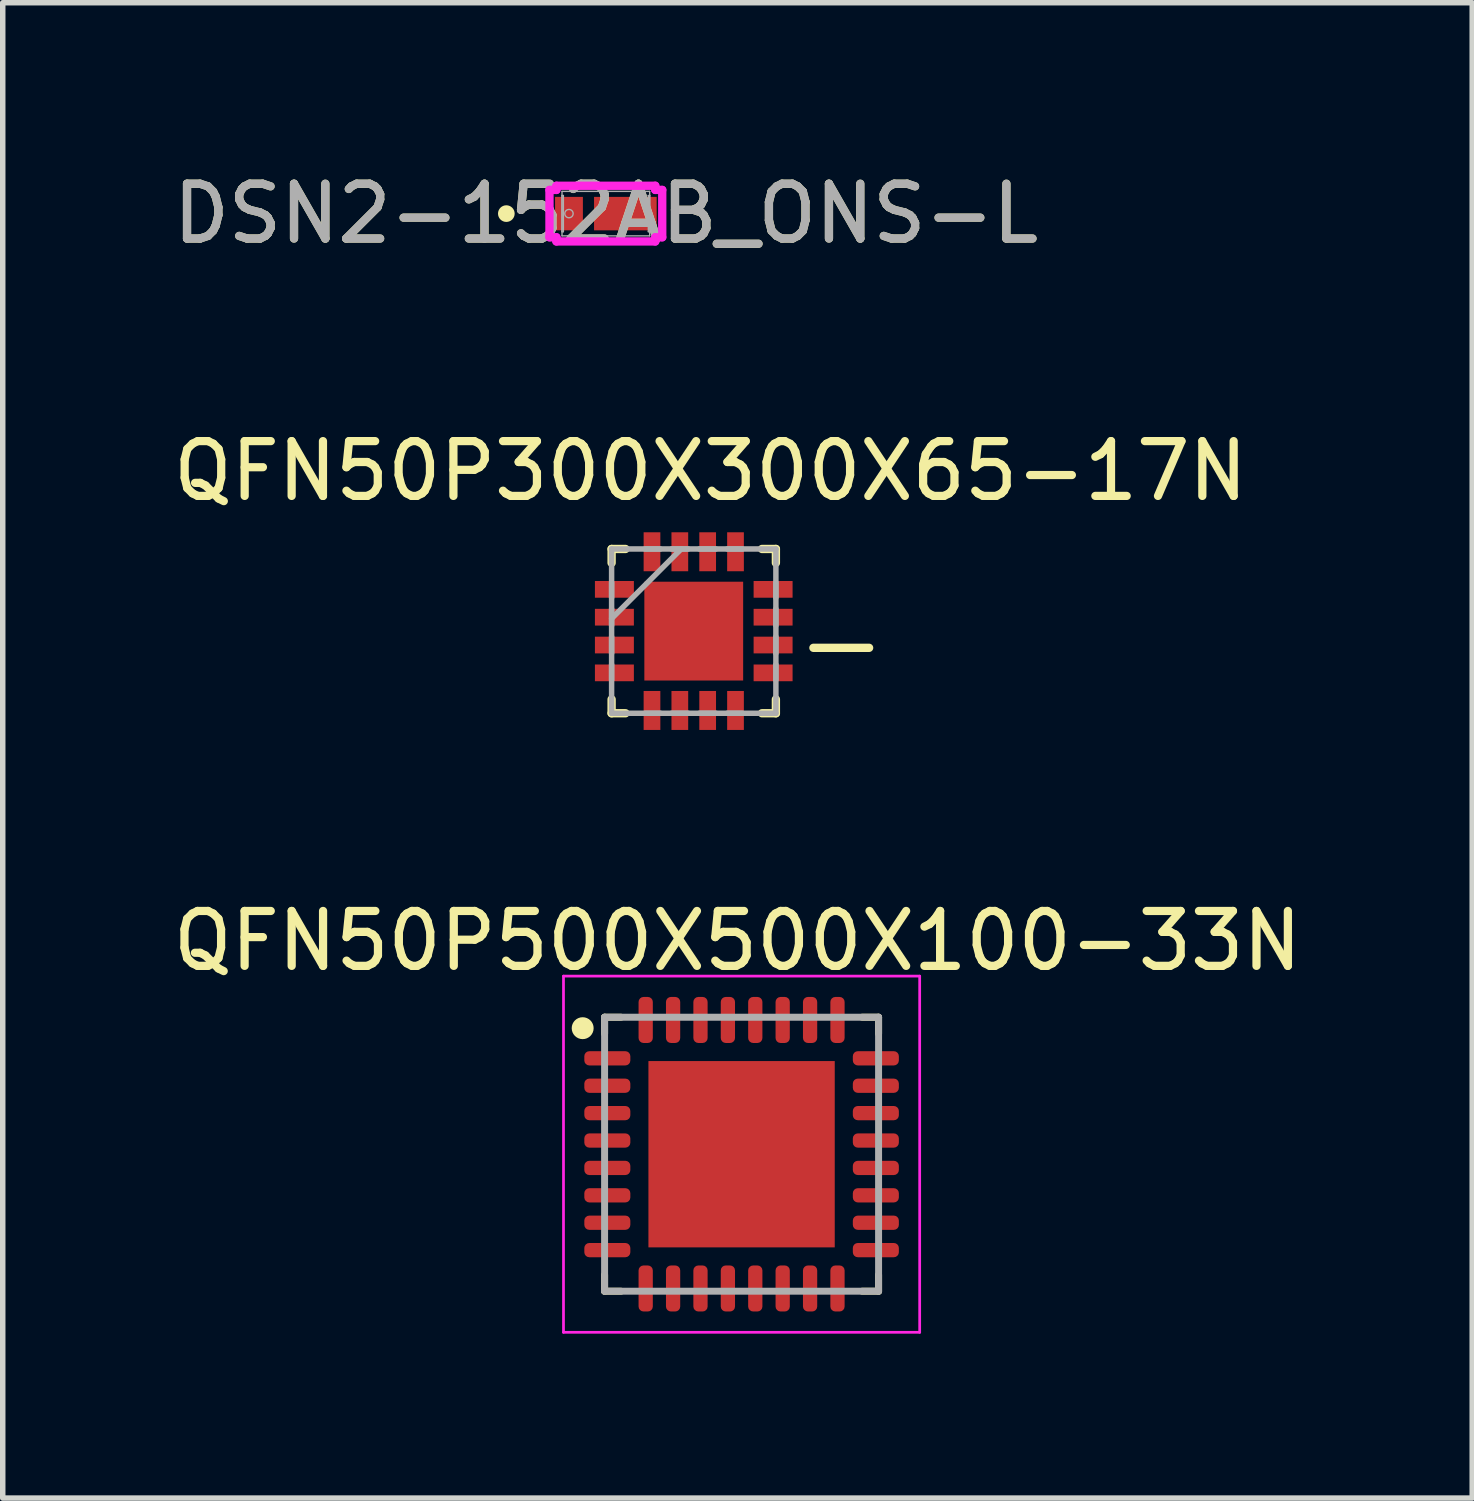
<source format=kicad_pcb>
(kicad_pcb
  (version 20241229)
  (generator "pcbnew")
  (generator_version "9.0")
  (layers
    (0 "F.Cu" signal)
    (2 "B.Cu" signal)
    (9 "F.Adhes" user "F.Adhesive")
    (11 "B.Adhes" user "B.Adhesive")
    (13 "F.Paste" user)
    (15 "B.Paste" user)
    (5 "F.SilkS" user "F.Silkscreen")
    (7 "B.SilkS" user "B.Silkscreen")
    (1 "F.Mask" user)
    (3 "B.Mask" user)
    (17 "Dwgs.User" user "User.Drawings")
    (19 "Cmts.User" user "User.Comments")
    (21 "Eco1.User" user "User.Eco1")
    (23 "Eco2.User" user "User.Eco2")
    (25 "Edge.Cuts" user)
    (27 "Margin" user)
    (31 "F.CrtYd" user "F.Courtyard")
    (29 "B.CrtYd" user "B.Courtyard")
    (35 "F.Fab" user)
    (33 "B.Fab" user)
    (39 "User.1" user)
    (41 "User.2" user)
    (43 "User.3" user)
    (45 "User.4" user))
  (footprint "QFN50P300X300X65-17N"
    (layer "F.Cu")
    (at 9.61 8.467)
    (property "Reference" "QFN50P300X300X65-17N" (at 0.305 -2.922 0) (layer "F.SilkS") (effects (font (size 1 1) (thickness 0.15))))
    (attr smd)
    (fp_line (start -1.499 -1.499) (end -1.499 -1.245) (stroke (width 0.152) (type solid)) (layer "F.SilkS"))
    (fp_line (start -1.499 1.245) (end -1.499 1.499) (stroke (width 0.152) (type solid)) (layer "F.SilkS"))
    (fp_line (start -1.499 1.499) (end -1.245 1.499) (stroke (width 0.152) (type solid)) (layer "F.SilkS"))
    (fp_line (start -1.245 -1.499) (end -1.499 -1.499) (stroke (width 0.152) (type solid)) (layer "F.SilkS"))
    (fp_line (start 1.245 1.499) (end 1.499 1.499) (stroke (width 0.152) (type solid)) (layer "F.SilkS"))
    (fp_line (start 1.499 -1.499) (end 1.245 -1.499) (stroke (width 0.152) (type solid)) (layer "F.SilkS"))
    (fp_line (start 1.499 -1.245) (end 1.499 -1.499) (stroke (width 0.152) (type solid)) (layer "F.SilkS"))
    (fp_line (start 1.499 1.499) (end 1.499 1.245) (stroke (width 0.152) (type solid)) (layer "F.SilkS"))
    (fp_line (start 2.184 0.305) (end 3.2 0.305) (stroke (width 0.152) (type solid)) (layer "F.SilkS"))
    (fp_line (start -1.499 -1.499) (end -1.499 1.499) (stroke (width 0.1) (type solid)) (layer "F.Fab"))
    (fp_line (start -1.499 -0.889) (end -1.499 -0.61) (stroke (width 0.1) (type solid)) (layer "F.Fab"))
    (fp_line (start -1.499 -0.406) (end -1.499 -0.102) (stroke (width 0.1) (type solid)) (layer "F.Fab"))
    (fp_line (start -1.499 -0.229) (end -0.229 -1.499) (stroke (width 0.1) (type solid)) (layer "F.Fab"))
    (fp_line (start -1.499 0.102) (end -1.499 0.406) (stroke (width 0.1) (type solid)) (layer "F.Fab"))
    (fp_line (start -1.499 0.61) (end -1.499 0.889) (stroke (width 0.1) (type solid)) (layer "F.Fab"))
    (fp_line (start -1.499 1.499) (end 1.499 1.499) (stroke (width 0.1) (type solid)) (layer "F.Fab"))
    (fp_line (start -0.889 1.499) (end -0.61 1.499) (stroke (width 0.1) (type solid)) (layer "F.Fab"))
    (fp_line (start -0.61 -1.499) (end -0.889 -1.499) (stroke (width 0.1) (type solid)) (layer "F.Fab"))
    (fp_line (start -0.406 1.499) (end -0.102 1.499) (stroke (width 0.1) (type solid)) (layer "F.Fab"))
    (fp_line (start -0.102 -1.499) (end -0.406 -1.499) (stroke (width 0.1) (type solid)) (layer "F.Fab"))
    (fp_line (start 0.102 1.499) (end 0.406 1.499) (stroke (width 0.1) (type solid)) (layer "F.Fab"))
    (fp_line (start 0.406 -1.499) (end 0.102 -1.499) (stroke (width 0.1) (type solid)) (layer "F.Fab"))
    (fp_line (start 0.61 1.499) (end 0.889 1.499) (stroke (width 0.1) (type solid)) (layer "F.Fab"))
    (fp_line (start 0.889 -1.499) (end 0.61 -1.499) (stroke (width 0.1) (type solid)) (layer "F.Fab"))
    (fp_line (start 1.499 -1.499) (end -1.499 -1.499) (stroke (width 0.1) (type solid)) (layer "F.Fab"))
    (fp_line (start 1.499 -0.61) (end 1.499 -0.889) (stroke (width 0.1) (type solid)) (layer "F.Fab"))
    (fp_line (start 1.499 -0.102) (end 1.499 -0.406) (stroke (width 0.1) (type solid)) (layer "F.Fab"))
    (fp_line (start 1.499 0.406) (end 1.499 0.102) (stroke (width 0.1) (type solid)) (layer "F.Fab"))
    (fp_line (start 1.499 0.889) (end 1.499 0.61) (stroke (width 0.1) (type solid)) (layer "F.Fab"))
    (fp_line (start 1.499 1.499) (end 1.499 -1.499) (stroke (width 0.1) (type solid)) (layer "F.Fab"))
    (pad "1" smd rect (at -1.448 -0.762) (size 0.711 0.305) (layers "F.Cu" "F.Mask" "F.Paste"))
    (pad "2" smd rect (at -1.448 -0.254) (size 0.711 0.305) (layers "F.Cu" "F.Mask" "F.Paste"))
    (pad "3" smd rect (at -1.448 0.254) (size 0.711 0.305) (layers "F.Cu" "F.Mask" "F.Paste"))
    (pad "4" smd rect (at -1.448 0.762) (size 0.711 0.305) (layers "F.Cu" "F.Mask" "F.Paste"))
    (pad "5" smd rect (at -0.762 1.448) (size 0.305 0.711) (layers "F.Cu" "F.Mask" "F.Paste"))
    (pad "6" smd rect (at -0.254 1.448) (size 0.305 0.711) (layers "F.Cu" "F.Mask" "F.Paste"))
    (pad "7" smd rect (at 0.254 1.448) (size 0.305 0.711) (layers "F.Cu" "F.Mask" "F.Paste"))
    (pad "8" smd rect (at 0.762 1.448) (size 0.305 0.711) (layers "F.Cu" "F.Mask" "F.Paste"))
    (pad "9" smd rect (at 1.448 0.762) (size 0.711 0.305) (layers "F.Cu" "F.Mask" "F.Paste"))
    (pad "10" smd rect (at 1.448 0.254) (size 0.711 0.305) (layers "F.Cu" "F.Mask" "F.Paste"))
    (pad "11" smd rect (at 1.448 -0.254) (size 0.711 0.305) (layers "F.Cu" "F.Mask" "F.Paste"))
    (pad "12" smd rect (at 1.448 -0.762) (size 0.711 0.305) (layers "F.Cu" "F.Mask" "F.Paste"))
    (pad "13" smd rect (at 0.762 -1.448) (size 0.305 0.711) (layers "F.Cu" "F.Mask" "F.Paste"))
    (pad "14" smd rect (at 0.254 -1.448) (size 0.305 0.711) (layers "F.Cu" "F.Mask" "F.Paste"))
    (pad "15" smd rect (at -0.254 -1.448) (size 0.305 0.711) (layers "F.Cu" "F.Mask" "F.Paste"))
    (pad "16" smd rect (at -0.762 -1.448) (size 0.305 0.711) (layers "F.Cu" "F.Mask" "F.Paste"))
    (pad "17" smd rect (at 0 0) (size 1.803 1.803) (layers "F.Cu" "F.Mask" "F.Paste")))
  (footprint "DSN2-152AB_ONS-L"
    (layer "F.Cu")
    (at 8.006 0.848)
    (property "Reference" "DSN2-152AB_ONS-L" (at 0 0 0) (unlocked yes) (layer "F.SilkS") (effects (font (size 1 1) (thickness 0.15))))
    (attr smd)
    (fp_circle (center -1.816 0) (end -1.74 0) (stroke (width 0.152) (type solid)) (fill no) (layer "F.SilkS"))
    (fp_line (start -1.029 -0.432) (end -0.902 -0.432) (stroke (width 0.152) (type solid)) (layer "F.CrtYd"))
    (fp_line (start -1.029 0.432) (end -1.029 -0.432) (stroke (width 0.152) (type solid)) (layer "F.CrtYd"))
    (fp_line (start -0.902 -0.508) (end 0.902 -0.508) (stroke (width 0.152) (type solid)) (layer "F.CrtYd"))
    (fp_line (start -0.902 -0.432) (end -0.902 -0.508) (stroke (width 0.152) (type solid)) (layer "F.CrtYd"))
    (fp_line (start -0.902 0.432) (end -1.029 0.432) (stroke (width 0.152) (type solid)) (layer "F.CrtYd"))
    (fp_line (start -0.902 0.508) (end -0.902 0.432) (stroke (width 0.152) (type solid)) (layer "F.CrtYd"))
    (fp_line (start 0.902 -0.508) (end 0.902 -0.432) (stroke (width 0.152) (type solid)) (layer "F.CrtYd"))
    (fp_line (start 0.902 -0.432) (end 1.029 -0.432) (stroke (width 0.152) (type solid)) (layer "F.CrtYd"))
    (fp_line (start 0.902 0.432) (end 0.902 0.508) (stroke (width 0.152) (type solid)) (layer "F.CrtYd"))
    (fp_line (start 0.902 0.508) (end -0.902 0.508) (stroke (width 0.152) (type solid)) (layer "F.CrtYd"))
    (fp_line (start 1.029 -0.432) (end 1.029 0.432) (stroke (width 0.152) (type solid)) (layer "F.CrtYd"))
    (fp_line (start 1.029 0.432) (end 0.902 0.432) (stroke (width 0.152) (type solid)) (layer "F.CrtYd"))
    (fp_line (start -0.8 -0.406) (end -0.8 0.406) (stroke (width 0.025) (type solid)) (layer "F.Fab"))
    (fp_line (start -0.8 -0.33) (end -0.775 -0.33) (stroke (width 0.025) (type solid)) (layer "F.Fab"))
    (fp_line (start -0.8 0.33) (end -0.8 -0.33) (stroke (width 0.025) (type solid)) (layer "F.Fab"))
    (fp_line (start -0.8 0.406) (end 0.8 0.406) (stroke (width 0.025) (type solid)) (layer "F.Fab"))
    (fp_line (start -0.775 -0.33) (end -0.775 0.33) (stroke (width 0.025) (type solid)) (layer "F.Fab"))
    (fp_line (start -0.775 0.33) (end -0.8 0.33) (stroke (width 0.025) (type solid)) (layer "F.Fab"))
    (fp_line (start 0.775 -0.33) (end 0.8 -0.33) (stroke (width 0.025) (type solid)) (layer "F.Fab"))
    (fp_line (start 0.775 0.33) (end 0.775 -0.33) (stroke (width 0.025) (type solid)) (layer "F.Fab"))
    (fp_line (start 0.8 -0.406) (end -0.8 -0.406) (stroke (width 0.025) (type solid)) (layer "F.Fab"))
    (fp_line (start 0.8 -0.33) (end 0.8 0.33) (stroke (width 0.025) (type solid)) (layer "F.Fab"))
    (fp_line (start 0.8 0.33) (end 0.775 0.33) (stroke (width 0.025) (type solid)) (layer "F.Fab"))
    (fp_line (start 0.8 0.406) (end 0.8 -0.406) (stroke (width 0.025) (type solid)) (layer "F.Fab"))
    (fp_circle (center -0.673 0) (end -0.597 0) (stroke (width 0.025) (type solid)) (fill no) (layer "F.Fab"))
    (fp_text user "${REFERENCE}" (at 0 0 0) (unlocked yes) (layer "F.Fab") (effects (font (size 1 1) (thickness 0.15))))
    (pad "1" smd rect (at -0.673 0) (size 0.508 0.61) (layers "F.Cu" "F.Mask" "F.Paste"))
    (pad "2" smd rect (at 0.356 0) (size 1.143 0.61) (layers "F.Cu" "F.Mask" "F.Paste"))
    (zone (net_name "") (layer "F.Cu") (hatch full 0.508) (connect_pads) (min_thickness 0.254) (filled_areas_thickness no) (keepout (tracks not_allowed) (vias not_allowed) (pads allowed) (copperpour not_allowed) (footprints allowed)) (placement (enabled no)) (fill) (polygon (pts (xy 7.638 0.493) (xy 7.739 0.493) (xy 7.739 1.204) (xy 7.638 1.204)))))
  (footprint "QFN50P500X500X100-33N"
    (layer "F.Cu")
    (at 10.483 18.013)
    (property "Reference" "QFN50P500X500X100-33N" (at -0.075 -3.893 0) (layer "F.SilkS") (effects (font (size 1.002 1.002) (thickness 0.15))))
    (attr smd)
    (fp_line (start -2.5 -2.5) (end -2.5 -2.2) (stroke (width 0.127) (type solid)) (layer "F.SilkS"))
    (fp_line (start -2.5 2.2) (end -2.5 2.5) (stroke (width 0.127) (type solid)) (layer "F.SilkS"))
    (fp_line (start -2.5 2.5) (end -2.2 2.5) (stroke (width 0.127) (type solid)) (layer "F.SilkS"))
    (fp_line (start -2.2 -2.5) (end -2.5 -2.5) (stroke (width 0.127) (type solid)) (layer "F.SilkS"))
    (fp_line (start 2.2 -2.5) (end 2.5 -2.5) (stroke (width 0.127) (type solid)) (layer "F.SilkS"))
    (fp_line (start 2.2 2.5) (end 2.5 2.5) (stroke (width 0.127) (type solid)) (layer "F.SilkS"))
    (fp_line (start 2.5 -2.5) (end 2.5 -2.2) (stroke (width 0.127) (type solid)) (layer "F.SilkS"))
    (fp_line (start 2.5 2.5) (end 2.5 2.2) (stroke (width 0.127) (type solid)) (layer "F.SilkS"))
    (fp_circle (center -2.9 -2.3) (end -2.8 -2.3) (stroke (width 0.2) (type solid)) (fill no) (layer "F.SilkS"))
    (fp_poly (pts (xy -1.51 -1.505) (xy -0.635 -1.505) (xy -0.635 -0.637) (xy -1.51 -0.637)) (stroke (width 0.01) (type solid)) (fill yes) (layer "F.Paste"))
    (fp_poly (pts (xy -1.509 0.635) (xy -0.635 0.635) (xy -0.635 1.509) (xy -1.509 1.509)) (stroke (width 0.01) (type solid)) (fill yes) (layer "F.Paste"))
    (fp_poly (pts (xy -1.508 -0.435) (xy -0.635 -0.435) (xy -0.635 0.436) (xy -1.508 0.436)) (stroke (width 0.01) (type solid)) (fill yes) (layer "F.Paste"))
    (fp_poly (pts (xy -0.436 -1.505) (xy 0.435 -1.505) (xy 0.435 -0.637) (xy -0.436 -0.637)) (stroke (width 0.01) (type solid)) (fill yes) (layer "F.Paste"))
    (fp_poly (pts (xy -0.436 0.635) (xy 0.435 0.635) (xy 0.435 1.508) (xy -0.436 1.508)) (stroke (width 0.01) (type solid)) (fill yes) (layer "F.Paste"))
    (fp_poly (pts (xy -0.436 -0.435) (xy 0.435 -0.435) (xy 0.435 0.436) (xy -0.436 0.436)) (stroke (width 0.01) (type solid)) (fill yes) (layer "F.Paste"))
    (fp_poly (pts (xy 0.636 0.635) (xy 1.505 0.635) (xy 1.505 1.507) (xy 0.636 1.507)) (stroke (width 0.01) (type solid)) (fill yes) (layer "F.Paste"))
    (fp_poly (pts (xy 0.636 -0.435) (xy 1.505 -0.435) (xy 1.505 0.436) (xy 0.636 0.436)) (stroke (width 0.01) (type solid)) (fill yes) (layer "F.Paste"))
    (fp_poly (pts (xy 0.637 -1.505) (xy 1.505 -1.505) (xy 1.505 -0.637) (xy 0.637 -0.637)) (stroke (width 0.01) (type solid)) (fill yes) (layer "F.Paste"))
    (fp_line (start -3.25 -3.25) (end 3.25 -3.25) (stroke (width 0.05) (type solid)) (layer "F.CrtYd"))
    (fp_line (start -3.25 3.25) (end -3.25 -3.25) (stroke (width 0.05) (type solid)) (layer "F.CrtYd"))
    (fp_line (start 3.25 -3.25) (end 3.25 3.25) (stroke (width 0.05) (type solid)) (layer "F.CrtYd"))
    (fp_line (start 3.25 3.25) (end -3.25 3.25) (stroke (width 0.05) (type solid)) (layer "F.CrtYd"))
    (fp_line (start -2.5 -2.5) (end 2.5 -2.5) (stroke (width 0.127) (type solid)) (layer "F.Fab"))
    (fp_line (start -2.5 2.5) (end -2.5 -2.5) (stroke (width 0.127) (type solid)) (layer "F.Fab"))
    (fp_line (start 2.5 -2.5) (end 2.5 2.5) (stroke (width 0.127) (type solid)) (layer "F.Fab"))
    (fp_line (start 2.5 2.5) (end -2.5 2.5) (stroke (width 0.127) (type solid)) (layer "F.Fab"))
    (pad "1" smd roundrect (at -2.45 -1.75) (size 0.84 0.26) (layers "F.Cu" "F.Mask" "F.Paste") (roundrect_rratio 0.35))
    (pad "2" smd roundrect (at -2.45 -1.25) (size 0.84 0.26) (layers "F.Cu" "F.Mask" "F.Paste") (roundrect_rratio 0.35))
    (pad "3" smd roundrect (at -2.45 -0.75) (size 0.84 0.26) (layers "F.Cu" "F.Mask" "F.Paste") (roundrect_rratio 0.35))
    (pad "4" smd roundrect (at -2.45 -0.25) (size 0.84 0.26) (layers "F.Cu" "F.Mask" "F.Paste") (roundrect_rratio 0.35))
    (pad "5" smd roundrect (at -2.45 0.25) (size 0.84 0.26) (layers "F.Cu" "F.Mask" "F.Paste") (roundrect_rratio 0.35))
    (pad "6" smd roundrect (at -2.45 0.75) (size 0.84 0.26) (layers "F.Cu" "F.Mask" "F.Paste") (roundrect_rratio 0.35))
    (pad "7" smd roundrect (at -2.45 1.25) (size 0.84 0.26) (layers "F.Cu" "F.Mask" "F.Paste") (roundrect_rratio 0.35))
    (pad "8" smd roundrect (at -2.45 1.75) (size 0.84 0.26) (layers "F.Cu" "F.Mask" "F.Paste") (roundrect_rratio 0.35))
    (pad "9" smd roundrect (at -1.75 2.45) (size 0.26 0.84) (layers "F.Cu" "F.Mask" "F.Paste") (roundrect_rratio 0.35))
    (pad "10" smd roundrect (at -1.25 2.45) (size 0.26 0.84) (layers "F.Cu" "F.Mask" "F.Paste") (roundrect_rratio 0.35))
    (pad "11" smd roundrect (at -0.75 2.45) (size 0.26 0.84) (layers "F.Cu" "F.Mask" "F.Paste") (roundrect_rratio 0.35))
    (pad "12" smd roundrect (at -0.25 2.45) (size 0.26 0.84) (layers "F.Cu" "F.Mask" "F.Paste") (roundrect_rratio 0.35))
    (pad "13" smd roundrect (at 0.25 2.45) (size 0.26 0.84) (layers "F.Cu" "F.Mask" "F.Paste") (roundrect_rratio 0.35))
    (pad "14" smd roundrect (at 0.75 2.45) (size 0.26 0.84) (layers "F.Cu" "F.Mask" "F.Paste") (roundrect_rratio 0.35))
    (pad "15" smd roundrect (at 1.25 2.45) (size 0.26 0.84) (layers "F.Cu" "F.Mask" "F.Paste") (roundrect_rratio 0.35))
    (pad "16" smd roundrect (at 1.75 2.45) (size 0.26 0.84) (layers "F.Cu" "F.Mask" "F.Paste") (roundrect_rratio 0.35))
    (pad "17" smd roundrect (at 2.45 1.75) (size 0.84 0.26) (layers "F.Cu" "F.Mask" "F.Paste") (roundrect_rratio 0.35))
    (pad "18" smd roundrect (at 2.45 1.25) (size 0.84 0.26) (layers "F.Cu" "F.Mask" "F.Paste") (roundrect_rratio 0.35))
    (pad "19" smd roundrect (at 2.45 0.75) (size 0.84 0.26) (layers "F.Cu" "F.Mask" "F.Paste") (roundrect_rratio 0.35))
    (pad "20" smd roundrect (at 2.45 0.25) (size 0.84 0.26) (layers "F.Cu" "F.Mask" "F.Paste") (roundrect_rratio 0.35))
    (pad "21" smd roundrect (at 2.45 -0.25) (size 0.84 0.26) (layers "F.Cu" "F.Mask" "F.Paste") (roundrect_rratio 0.35))
    (pad "22" smd roundrect (at 2.45 -0.75) (size 0.84 0.26) (layers "F.Cu" "F.Mask" "F.Paste") (roundrect_rratio 0.35))
    (pad "23" smd roundrect (at 2.45 -1.25) (size 0.84 0.26) (layers "F.Cu" "F.Mask" "F.Paste") (roundrect_rratio 0.35))
    (pad "24" smd roundrect (at 2.45 -1.75) (size 0.84 0.26) (layers "F.Cu" "F.Mask" "F.Paste") (roundrect_rratio 0.35))
    (pad "25" smd roundrect (at 1.75 -2.45) (size 0.26 0.84) (layers "F.Cu" "F.Mask" "F.Paste") (roundrect_rratio 0.35))
    (pad "26" smd roundrect (at 1.25 -2.45) (size 0.26 0.84) (layers "F.Cu" "F.Mask" "F.Paste") (roundrect_rratio 0.35))
    (pad "27" smd roundrect (at 0.75 -2.45) (size 0.26 0.84) (layers "F.Cu" "F.Mask" "F.Paste") (roundrect_rratio 0.35))
    (pad "28" smd roundrect (at 0.25 -2.45) (size 0.26 0.84) (layers "F.Cu" "F.Mask" "F.Paste") (roundrect_rratio 0.35))
    (pad "29" smd roundrect (at -0.25 -2.45) (size 0.26 0.84) (layers "F.Cu" "F.Mask" "F.Paste") (roundrect_rratio 0.35))
    (pad "30" smd roundrect (at -0.75 -2.45) (size 0.26 0.84) (layers "F.Cu" "F.Mask" "F.Paste") (roundrect_rratio 0.35))
    (pad "31" smd roundrect (at -1.25 -2.45) (size 0.26 0.84) (layers "F.Cu" "F.Mask" "F.Paste") (roundrect_rratio 0.35))
    (pad "32" smd roundrect (at -1.75 -2.45) (size 0.26 0.84) (layers "F.Cu" "F.Mask" "F.Paste") (roundrect_rratio 0.35))
    (pad "33" smd rect (at 0 0) (size 3.4 3.4) (layers "F.Cu" "F.Mask")))
  (gr_rect
    (start -3 -3)
    (end 23.816 24.288)
    (stroke (width 0.1) (type default))
    (fill no)
    (layer "Edge.Cuts")))
</source>
